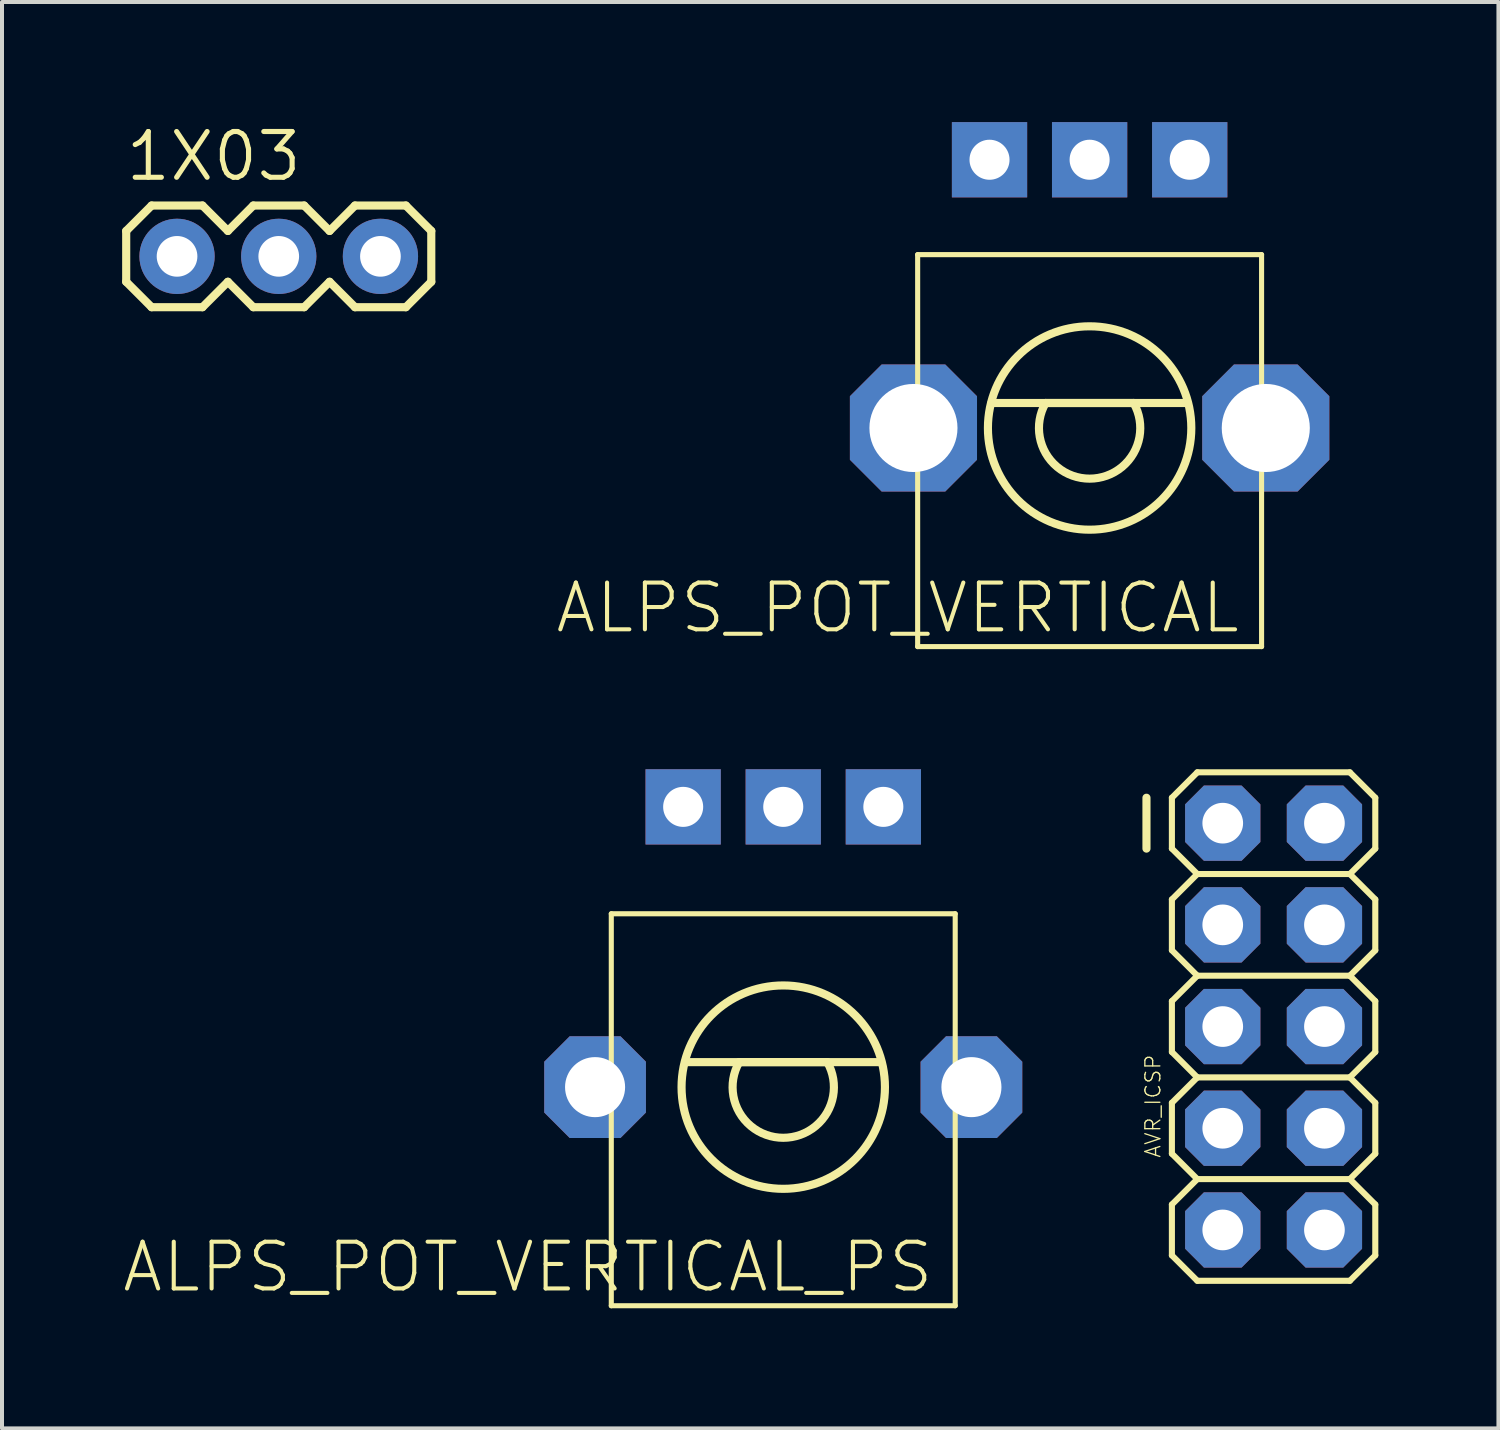
<source format=kicad_pcb>
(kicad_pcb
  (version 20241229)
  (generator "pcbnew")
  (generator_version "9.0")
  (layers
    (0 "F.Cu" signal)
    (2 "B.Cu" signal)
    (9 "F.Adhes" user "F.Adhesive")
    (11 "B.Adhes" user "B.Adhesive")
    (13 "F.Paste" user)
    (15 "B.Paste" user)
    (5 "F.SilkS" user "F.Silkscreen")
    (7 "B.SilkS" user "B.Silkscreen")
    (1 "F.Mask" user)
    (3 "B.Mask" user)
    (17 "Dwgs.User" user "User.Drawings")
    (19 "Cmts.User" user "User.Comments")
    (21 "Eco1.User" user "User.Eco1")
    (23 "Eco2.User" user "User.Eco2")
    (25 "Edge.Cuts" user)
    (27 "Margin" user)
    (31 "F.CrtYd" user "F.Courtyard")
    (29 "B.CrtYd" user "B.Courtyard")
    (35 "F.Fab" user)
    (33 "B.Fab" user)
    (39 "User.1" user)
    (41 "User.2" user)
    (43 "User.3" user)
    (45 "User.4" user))
  (footprint "1X03"
    (layer "F.Cu")
    (at 1.372 3.353)
    (property "Reference" "1X03" (at -1.346 -1.829 0) (layer "F.SilkS") (effects (font (size 1.143 1.143) (thickness 0.127)) (justify left bottom)))
    (fp_line (start -1.27 -0.635) (end -1.27 0.635) (stroke (width 0.203) (type solid)) (layer "F.SilkS"))
    (fp_line (start -1.27 0.635) (end -0.635 1.27) (stroke (width 0.203) (type solid)) (layer "F.SilkS"))
    (fp_line (start -0.635 -1.27) (end -1.27 -0.635) (stroke (width 0.203) (type solid)) (layer "F.SilkS"))
    (fp_line (start -0.635 -1.27) (end 0.635 -1.27) (stroke (width 0.203) (type solid)) (layer "F.SilkS"))
    (fp_line (start 0.635 -1.27) (end 1.27 -0.635) (stroke (width 0.203) (type solid)) (layer "F.SilkS"))
    (fp_line (start 0.635 1.27) (end -0.635 1.27) (stroke (width 0.203) (type solid)) (layer "F.SilkS"))
    (fp_line (start 1.27 -0.635) (end 1.905 -1.27) (stroke (width 0.203) (type solid)) (layer "F.SilkS"))
    (fp_line (start 1.27 0.635) (end 0.635 1.27) (stroke (width 0.203) (type solid)) (layer "F.SilkS"))
    (fp_line (start 1.905 -1.27) (end 3.175 -1.27) (stroke (width 0.203) (type solid)) (layer "F.SilkS"))
    (fp_line (start 1.905 1.27) (end 1.27 0.635) (stroke (width 0.203) (type solid)) (layer "F.SilkS"))
    (fp_line (start 3.175 -1.27) (end 3.81 -0.635) (stroke (width 0.203) (type solid)) (layer "F.SilkS"))
    (fp_line (start 3.175 1.27) (end 1.905 1.27) (stroke (width 0.203) (type solid)) (layer "F.SilkS"))
    (fp_line (start 3.81 -0.635) (end 4.445 -1.27) (stroke (width 0.203) (type solid)) (layer "F.SilkS"))
    (fp_line (start 3.81 0.635) (end 3.175 1.27) (stroke (width 0.203) (type solid)) (layer "F.SilkS"))
    (fp_line (start 4.445 -1.27) (end 5.715 -1.27) (stroke (width 0.203) (type solid)) (layer "F.SilkS"))
    (fp_line (start 4.445 1.27) (end 3.81 0.635) (stroke (width 0.203) (type solid)) (layer "F.SilkS"))
    (fp_line (start 5.715 -1.27) (end 6.35 -0.635) (stroke (width 0.203) (type solid)) (layer "F.SilkS"))
    (fp_line (start 5.715 1.27) (end 4.445 1.27) (stroke (width 0.203) (type solid)) (layer "F.SilkS"))
    (fp_line (start 6.35 -0.635) (end 6.35 0.635) (stroke (width 0.203) (type solid)) (layer "F.SilkS"))
    (fp_line (start 6.35 0.635) (end 5.715 1.27) (stroke (width 0.203) (type solid)) (layer "F.SilkS"))
    (fp_poly (pts (xy -0.254 0.254) (xy 0.254 0.254) (xy 0.254 -0.254) (xy -0.254 -0.254)) (stroke (width 0.1) (type solid)) (fill no) (layer "F.Fab"))
    (fp_poly (pts (xy 2.286 0.254) (xy 2.794 0.254) (xy 2.794 -0.254) (xy 2.286 -0.254)) (stroke (width 0.1) (type solid)) (fill no) (layer "F.Fab"))
    (fp_poly (pts (xy 4.826 0.254) (xy 5.334 0.254) (xy 5.334 -0.254) (xy 4.826 -0.254)) (stroke (width 0.1) (type solid)) (fill no) (layer "F.Fab"))
    (pad "1" thru_hole circle (at 0 0 90) (size 1.88 1.88) (drill 1.016) (layers "*.Cu" "*.Mask"))
    (pad "2" thru_hole circle (at 2.54 0 90) (size 1.88 1.88) (drill 1.016) (layers "*.Cu" "*.Mask"))
    (pad "3" thru_hole circle (at 5.08 0 90) (size 1.88 1.88) (drill 1.016) (layers "*.Cu" "*.Mask")))
  (footprint "ALPS_POT_VERTICAL_PS"
    (layer "F.Cu")
    (at 16.513 24.103)
    (property "Reference" "ALPS_POT_VERTICAL_PS" (at 3.81 3.81 0) (layer "F.SilkS") (effects (font (size 1.168 1.168) (thickness 0.102)) (justify right top)))
    (fp_line (start -4.295 -4.33) (end 4.295 -4.33) (stroke (width 0.127) (type solid)) (layer "F.SilkS"))
    (fp_line (start -4.295 5.46) (end -4.295 -4.33) (stroke (width 0.127) (type solid)) (layer "F.SilkS"))
    (fp_line (start -2.45 -0.625) (end 2.425 -0.625) (stroke (width 0.203) (type solid)) (layer "F.SilkS"))
    (fp_line (start -1.1 -0.625) (end 1.1 -0.625) (stroke (width 0.203) (type solid)) (layer "F.SilkS"))
    (fp_line (start 4.295 -4.33) (end 4.295 5.46) (stroke (width 0.127) (type solid)) (layer "F.SilkS"))
    (fp_line (start 4.295 5.46) (end -4.295 5.46) (stroke (width 0.127) (type solid)) (layer "F.SilkS"))
    (fp_arc (start 1.1 -0.625) (mid 0 1.265158) (end -1.1 -0.625) (stroke (width 0.2032) (type solid)) (layer "F.SilkS"))
    (fp_circle (center 0 0) (end 2.54 0) (stroke (width 0.203) (type solid)) (fill no) (layer "F.SilkS"))
    (pad "P$1" thru_hole rect (at -2.5 -7 270) (size 1.88 1.88) (drill 1) (layers "*.Cu" "*.Mask"))
    (pad "P$2" thru_hole rect (at 0 -7 270) (size 1.88 1.88) (drill 1) (layers "*.Cu" "*.Mask"))
    (pad "P$3" thru_hole rect (at 2.5 -7 270) (size 1.88 1.88) (drill 1) (layers "*.Cu" "*.Mask"))
    (pad "P$4" thru_hole roundrect (at -4.7 0 270) (size 2.54 2.54) (drill 1.5) (layers "*.Cu" "*.Mask") (roundrect_rratio 0.25) (chamfer_ratio 0.25) (chamfer top_left top_right bottom_left bottom_right))
    (pad "P$5" thru_hole roundrect (at 4.7 0 270) (size 2.54 2.54) (drill 1.5) (layers "*.Cu" "*.Mask") (roundrect_rratio 0.25) (chamfer_ratio 0.25) (chamfer top_left top_right bottom_left bottom_right)))
  (footprint "ALPS_POT_VERTICAL"
    (layer "F.Cu")
    (at 24.165 7.64)
    (property "Reference" "ALPS_POT_VERTICAL" (at 3.81 3.81 0) (layer "F.SilkS") (effects (font (size 1.168 1.168) (thickness 0.102)) (justify right top)))
    (fp_line (start -4.295 -4.33) (end 4.295 -4.33) (stroke (width 0.127) (type solid)) (layer "F.SilkS"))
    (fp_line (start -4.295 5.46) (end -4.295 -4.33) (stroke (width 0.127) (type solid)) (layer "F.SilkS"))
    (fp_line (start -2.45 -0.625) (end 2.425 -0.625) (stroke (width 0.203) (type solid)) (layer "F.SilkS"))
    (fp_line (start -1.1 -0.625) (end 1.1 -0.625) (stroke (width 0.203) (type solid)) (layer "F.SilkS"))
    (fp_line (start 4.295 -4.33) (end 4.295 5.46) (stroke (width 0.127) (type solid)) (layer "F.SilkS"))
    (fp_line (start 4.295 5.46) (end -4.295 5.46) (stroke (width 0.127) (type solid)) (layer "F.SilkS"))
    (fp_arc (start 1.1 -0.625) (mid 0 1.265158) (end -1.1 -0.625) (stroke (width 0.2032) (type solid)) (layer "F.SilkS"))
    (fp_circle (center 0 0) (end 2.54 0) (stroke (width 0.203) (type solid)) (fill no) (layer "F.SilkS"))
    (pad "P$1" thru_hole rect (at -2.5 -6.7 270) (size 1.88 1.88) (drill 1) (layers "*.Cu" "*.Mask"))
    (pad "P$2" thru_hole rect (at 0 -6.7 270) (size 1.88 1.88) (drill 1) (layers "*.Cu" "*.Mask"))
    (pad "P$3" thru_hole rect (at 2.5 -6.7 270) (size 1.88 1.88) (drill 1) (layers "*.Cu" "*.Mask"))
    (pad "P$4" thru_hole roundrect (at -4.4 0 270) (size 3.175 3.175) (drill 2.2) (layers "*.Cu" "*.Mask") (roundrect_rratio 0.25) (chamfer_ratio 0.25) (chamfer top_left top_right bottom_left bottom_right))
    (pad "P$5" thru_hole roundrect (at 4.4 0 270) (size 3.175 3.175) (drill 2.2) (layers "*.Cu" "*.Mask") (roundrect_rratio 0.25) (chamfer_ratio 0.25) (chamfer top_left top_right bottom_left bottom_right)))
  (footprint "AVR_ICSP"
    (layer "F.Cu")
    (at 28.76 22.59)
    (property "Reference" "AVR_ICSP" (at -2.794 3.302 90) (layer "F.SilkS") (effects (font (size 0.374 0.374) (thickness 0.033)) (justify left bottom)))
    (fp_line (start -3.175 -5.715) (end -3.175 -4.445) (stroke (width 0.203) (type solid)) (layer "F.SilkS"))
    (fp_line (start -2.54 -5.715) (end -2.54 -4.445) (stroke (width 0.152) (type solid)) (layer "F.SilkS"))
    (fp_line (start -2.54 -4.445) (end -1.905 -3.81) (stroke (width 0.152) (type solid)) (layer "F.SilkS"))
    (fp_line (start -2.54 -3.175) (end -2.54 -1.905) (stroke (width 0.152) (type solid)) (layer "F.SilkS"))
    (fp_line (start -2.54 -1.905) (end -1.905 -1.27) (stroke (width 0.152) (type solid)) (layer "F.SilkS"))
    (fp_line (start -2.54 -0.635) (end -2.54 0.635) (stroke (width 0.152) (type solid)) (layer "F.SilkS"))
    (fp_line (start -2.54 0.635) (end -1.905 1.27) (stroke (width 0.152) (type solid)) (layer "F.SilkS"))
    (fp_line (start -2.54 1.905) (end -2.54 3.175) (stroke (width 0.152) (type solid)) (layer "F.SilkS"))
    (fp_line (start -2.54 3.175) (end -1.905 3.81) (stroke (width 0.152) (type solid)) (layer "F.SilkS"))
    (fp_line (start -2.54 4.445) (end -2.54 5.715) (stroke (width 0.152) (type solid)) (layer "F.SilkS"))
    (fp_line (start -2.54 5.715) (end -1.905 6.35) (stroke (width 0.152) (type solid)) (layer "F.SilkS"))
    (fp_line (start -1.905 -6.35) (end -2.54 -5.715) (stroke (width 0.152) (type solid)) (layer "F.SilkS"))
    (fp_line (start -1.905 -6.35) (end 1.905 -6.35) (stroke (width 0.152) (type solid)) (layer "F.SilkS"))
    (fp_line (start -1.905 -3.81) (end -2.54 -3.175) (stroke (width 0.152) (type solid)) (layer "F.SilkS"))
    (fp_line (start -1.905 -1.27) (end -2.54 -0.635) (stroke (width 0.152) (type solid)) (layer "F.SilkS"))
    (fp_line (start -1.905 1.27) (end -2.54 1.905) (stroke (width 0.152) (type solid)) (layer "F.SilkS"))
    (fp_line (start -1.905 3.81) (end -2.54 4.445) (stroke (width 0.152) (type solid)) (layer "F.SilkS"))
    (fp_line (start 1.905 -6.35) (end 2.54 -5.715) (stroke (width 0.152) (type solid)) (layer "F.SilkS"))
    (fp_line (start 1.905 -3.81) (end -1.905 -3.81) (stroke (width 0.152) (type solid)) (layer "F.SilkS"))
    (fp_line (start 1.905 -3.81) (end 2.54 -3.175) (stroke (width 0.152) (type solid)) (layer "F.SilkS"))
    (fp_line (start 1.905 -1.27) (end -1.905 -1.27) (stroke (width 0.152) (type solid)) (layer "F.SilkS"))
    (fp_line (start 1.905 -1.27) (end 2.54 -0.635) (stroke (width 0.152) (type solid)) (layer "F.SilkS"))
    (fp_line (start 1.905 1.27) (end -1.905 1.27) (stroke (width 0.152) (type solid)) (layer "F.SilkS"))
    (fp_line (start 1.905 1.27) (end 2.54 1.905) (stroke (width 0.152) (type solid)) (layer "F.SilkS"))
    (fp_line (start 1.905 3.81) (end -1.905 3.81) (stroke (width 0.152) (type solid)) (layer "F.SilkS"))
    (fp_line (start 1.905 3.81) (end 2.54 4.445) (stroke (width 0.152) (type solid)) (layer "F.SilkS"))
    (fp_line (start 1.905 6.35) (end -1.905 6.35) (stroke (width 0.152) (type solid)) (layer "F.SilkS"))
    (fp_line (start 2.54 -5.715) (end 2.54 -4.445) (stroke (width 0.152) (type solid)) (layer "F.SilkS"))
    (fp_line (start 2.54 -4.445) (end 1.905 -3.81) (stroke (width 0.152) (type solid)) (layer "F.SilkS"))
    (fp_line (start 2.54 -3.175) (end 2.54 -1.905) (stroke (width 0.152) (type solid)) (layer "F.SilkS"))
    (fp_line (start 2.54 -1.905) (end 1.905 -1.27) (stroke (width 0.152) (type solid)) (layer "F.SilkS"))
    (fp_line (start 2.54 -0.635) (end 2.54 0.635) (stroke (width 0.152) (type solid)) (layer "F.SilkS"))
    (fp_line (start 2.54 0.635) (end 1.905 1.27) (stroke (width 0.152) (type solid)) (layer "F.SilkS"))
    (fp_line (start 2.54 1.905) (end 2.54 3.175) (stroke (width 0.152) (type solid)) (layer "F.SilkS"))
    (fp_line (start 2.54 3.175) (end 1.905 3.81) (stroke (width 0.152) (type solid)) (layer "F.SilkS"))
    (fp_line (start 2.54 4.445) (end 2.54 5.715) (stroke (width 0.152) (type solid)) (layer "F.SilkS"))
    (fp_line (start 2.54 5.715) (end 1.905 6.35) (stroke (width 0.152) (type solid)) (layer "F.SilkS"))
    (fp_poly (pts (xy -1.524 0.254) (xy -1.016 0.254) (xy -1.016 -0.254) (xy -1.524 -0.254)) (stroke (width 0) (type solid)) (fill yes) (layer "F.SilkS"))
    (fp_poly (pts (xy -1.524 -4.826) (xy -1.016 -4.826) (xy -1.016 -5.334) (xy -1.524 -5.334)) (stroke (width 0.1) (type solid)) (fill no) (layer "F.Fab"))
    (fp_poly (pts (xy -1.524 -2.286) (xy -1.016 -2.286) (xy -1.016 -2.794) (xy -1.524 -2.794)) (stroke (width 0.1) (type solid)) (fill no) (layer "F.Fab"))
    (fp_poly (pts (xy -1.524 2.794) (xy -1.016 2.794) (xy -1.016 2.286) (xy -1.524 2.286)) (stroke (width 0.1) (type solid)) (fill no) (layer "F.Fab"))
    (fp_poly (pts (xy -1.524 5.334) (xy -1.016 5.334) (xy -1.016 4.826) (xy -1.524 4.826)) (stroke (width 0.1) (type solid)) (fill no) (layer "F.Fab"))
    (fp_poly (pts (xy 1.016 -4.826) (xy 1.524 -4.826) (xy 1.524 -5.334) (xy 1.016 -5.334)) (stroke (width 0.1) (type solid)) (fill no) (layer "F.Fab"))
    (fp_poly (pts (xy 1.016 -2.286) (xy 1.524 -2.286) (xy 1.524 -2.794) (xy 1.016 -2.794)) (stroke (width 0.1) (type solid)) (fill no) (layer "F.Fab"))
    (fp_poly (pts (xy 1.016 0.254) (xy 1.524 0.254) (xy 1.524 -0.254) (xy 1.016 -0.254)) (stroke (width 0.1) (type solid)) (fill no) (layer "F.Fab"))
    (fp_poly (pts (xy 1.016 2.794) (xy 1.524 2.794) (xy 1.524 2.286) (xy 1.016 2.286)) (stroke (width 0.1) (type solid)) (fill no) (layer "F.Fab"))
    (fp_poly (pts (xy 1.016 5.334) (xy 1.524 5.334) (xy 1.524 4.826) (xy 1.016 4.826)) (stroke (width 0.1) (type solid)) (fill no) (layer "F.Fab"))
    (pad "1" thru_hole roundrect (at -1.27 -5.08 270) (size 1.88 1.88) (drill 1.016) (layers "*.Cu" "*.Mask") (roundrect_rratio 0.25) (chamfer_ratio 0.25) (chamfer top_left top_right bottom_left bottom_right))
    (pad "2" thru_hole roundrect (at 1.27 -5.08 270) (size 1.88 1.88) (drill 1.016) (layers "*.Cu" "*.Mask") (roundrect_rratio 0.25) (chamfer_ratio 0.25) (chamfer top_left top_right bottom_left bottom_right))
    (pad "3" thru_hole roundrect (at -1.27 -2.54 270) (size 1.88 1.88) (drill 1.016) (layers "*.Cu" "*.Mask") (roundrect_rratio 0.25) (chamfer_ratio 0.25) (chamfer top_left top_right bottom_left bottom_right))
    (pad "4" thru_hole roundrect (at 1.27 -2.54 270) (size 1.88 1.88) (drill 1.016) (layers "*.Cu" "*.Mask") (roundrect_rratio 0.25) (chamfer_ratio 0.25) (chamfer top_left top_right bottom_left bottom_right))
    (pad "5" thru_hole roundrect (at -1.27 0 270) (size 1.88 1.88) (drill 1.016) (layers "*.Cu" "*.Mask") (roundrect_rratio 0.25) (chamfer_ratio 0.25) (chamfer top_left top_right bottom_left bottom_right))
    (pad "6" thru_hole roundrect (at 1.27 0 270) (size 1.88 1.88) (drill 1.016) (layers "*.Cu" "*.Mask") (roundrect_rratio 0.25) (chamfer_ratio 0.25) (chamfer top_left top_right bottom_left bottom_right))
    (pad "7" thru_hole roundrect (at -1.27 2.54 270) (size 1.88 1.88) (drill 1.016) (layers "*.Cu" "*.Mask") (roundrect_rratio 0.25) (chamfer_ratio 0.25) (chamfer top_left top_right bottom_left bottom_right))
    (pad "8" thru_hole roundrect (at 1.27 2.54 270) (size 1.88 1.88) (drill 1.016) (layers "*.Cu" "*.Mask") (roundrect_rratio 0.25) (chamfer_ratio 0.25) (chamfer top_left top_right bottom_left bottom_right))
    (pad "9" thru_hole roundrect (at -1.27 5.08 270) (size 1.88 1.88) (drill 1.016) (layers "*.Cu" "*.Mask") (roundrect_rratio 0.25) (chamfer_ratio 0.25) (chamfer top_left top_right bottom_left bottom_right))
    (pad "10" thru_hole roundrect (at 1.27 5.08 270) (size 1.88 1.88) (drill 1.016) (layers "*.Cu" "*.Mask") (roundrect_rratio 0.25) (chamfer_ratio 0.25) (chamfer top_left top_right bottom_left bottom_right)))
  (gr_rect
    (start -3 -3)
    (end 34.376 32.627)
    (stroke (width 0.1) (type default))
    (fill no)
    (layer "Edge.Cuts")))
</source>
